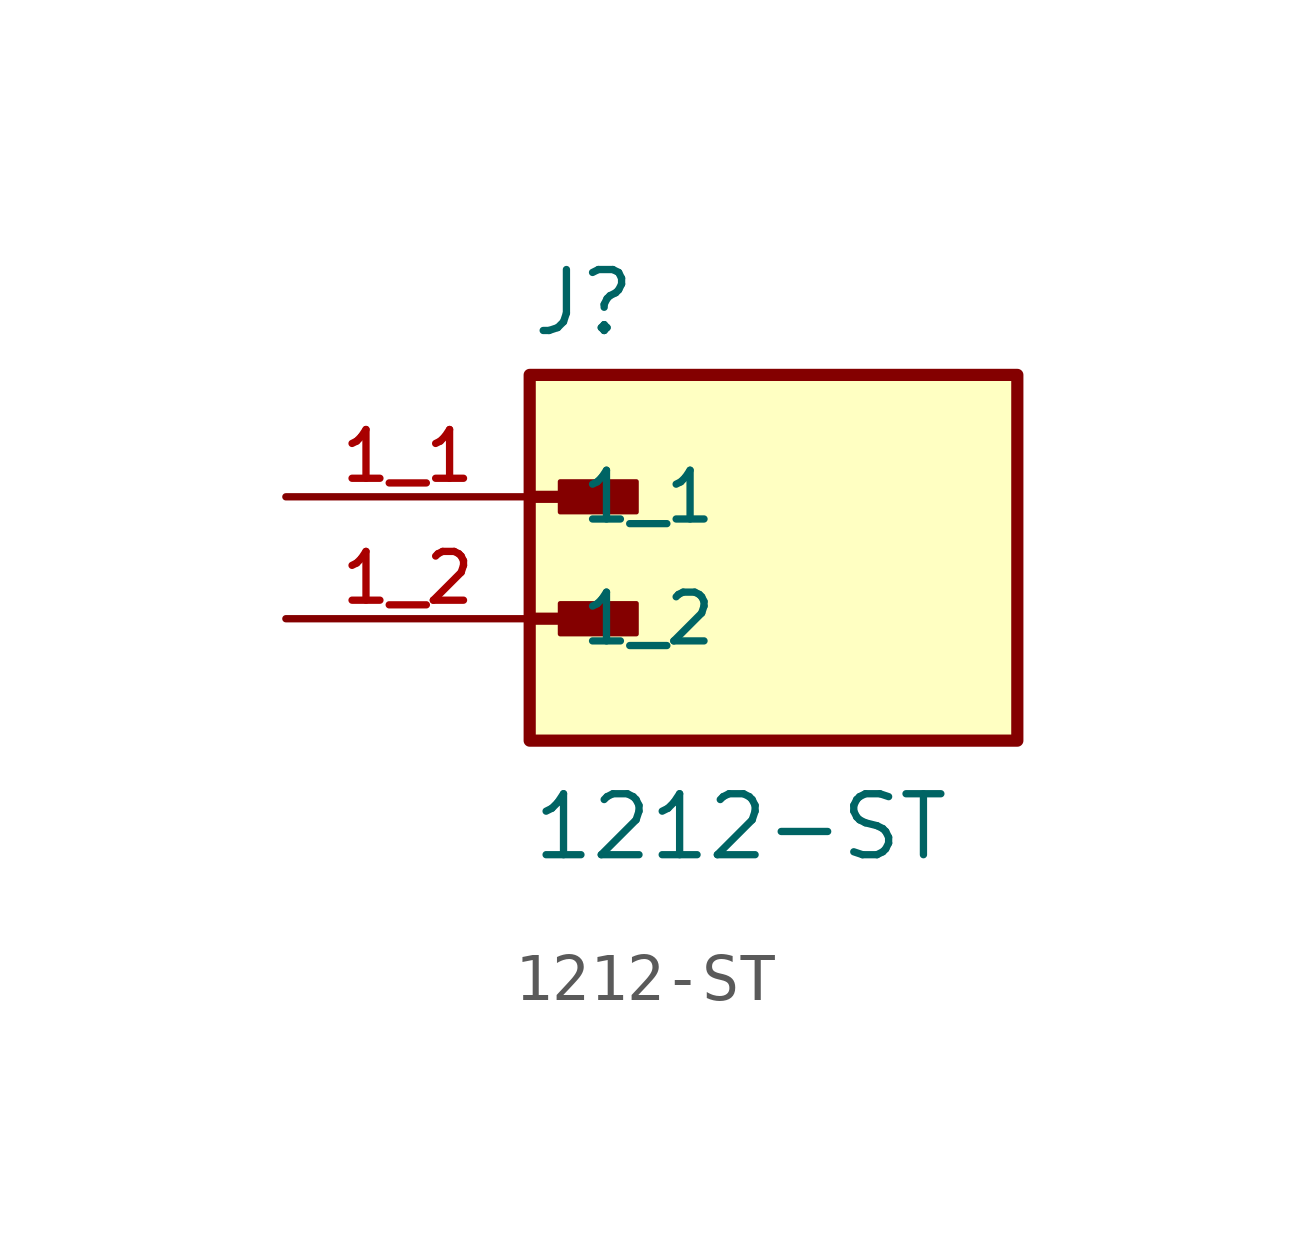
<source format=kicad_sym>
(kicad_symbol_lib
  (version 20211014)
  (generator kicad_symbol_editor)
  (symbol "1212-ST"
    (pin_names
      (offset 1.016))
    (property "Reference" "J"
      (at -5.08 5.842 0)
      (effects (font (size 1.27 1.27)) (justify bottom left)))
    (property "Value" "1212-ST"
      (at -5.08 -5.08 0)
      (effects (font (size 1.27 1.27)) (justify bottom left)))
    (symbol "1212-ST_0_0"
      (polyline (pts (xy -5.08 2.54) (xy -3.175 2.54)) (stroke (width 0.254)))
      (rectangle (start -4.445 2.223) (end -2.857 2.857) (stroke (width 0.1)) (fill (type outline)))
      (polyline (pts (xy -5.08 0.0) (xy -3.175 0.0)) (stroke (width 0.254)))
      (rectangle (start -4.445 -0.318) (end -2.857 0.318) (stroke (width 0.1)) (fill (type outline)))
      (rectangle (start -5.08 -2.54) (end 5.08 5.08) (stroke (width 0.254)) (fill (type background)))
      (pin passive line (at -10.16 2.54 0) (length 5.08) (name "1_1" (effects (font (size 1.016 1.016)))) (number "1_1" (effects (font (size 1.016 1.016)))))
      (pin passive line (at -10.16 0.0 0) (length 5.08) (name "1_2" (effects (font (size 1.016 1.016)))) (number "1_2" (effects (font (size 1.016 1.016))))))))
</source>
